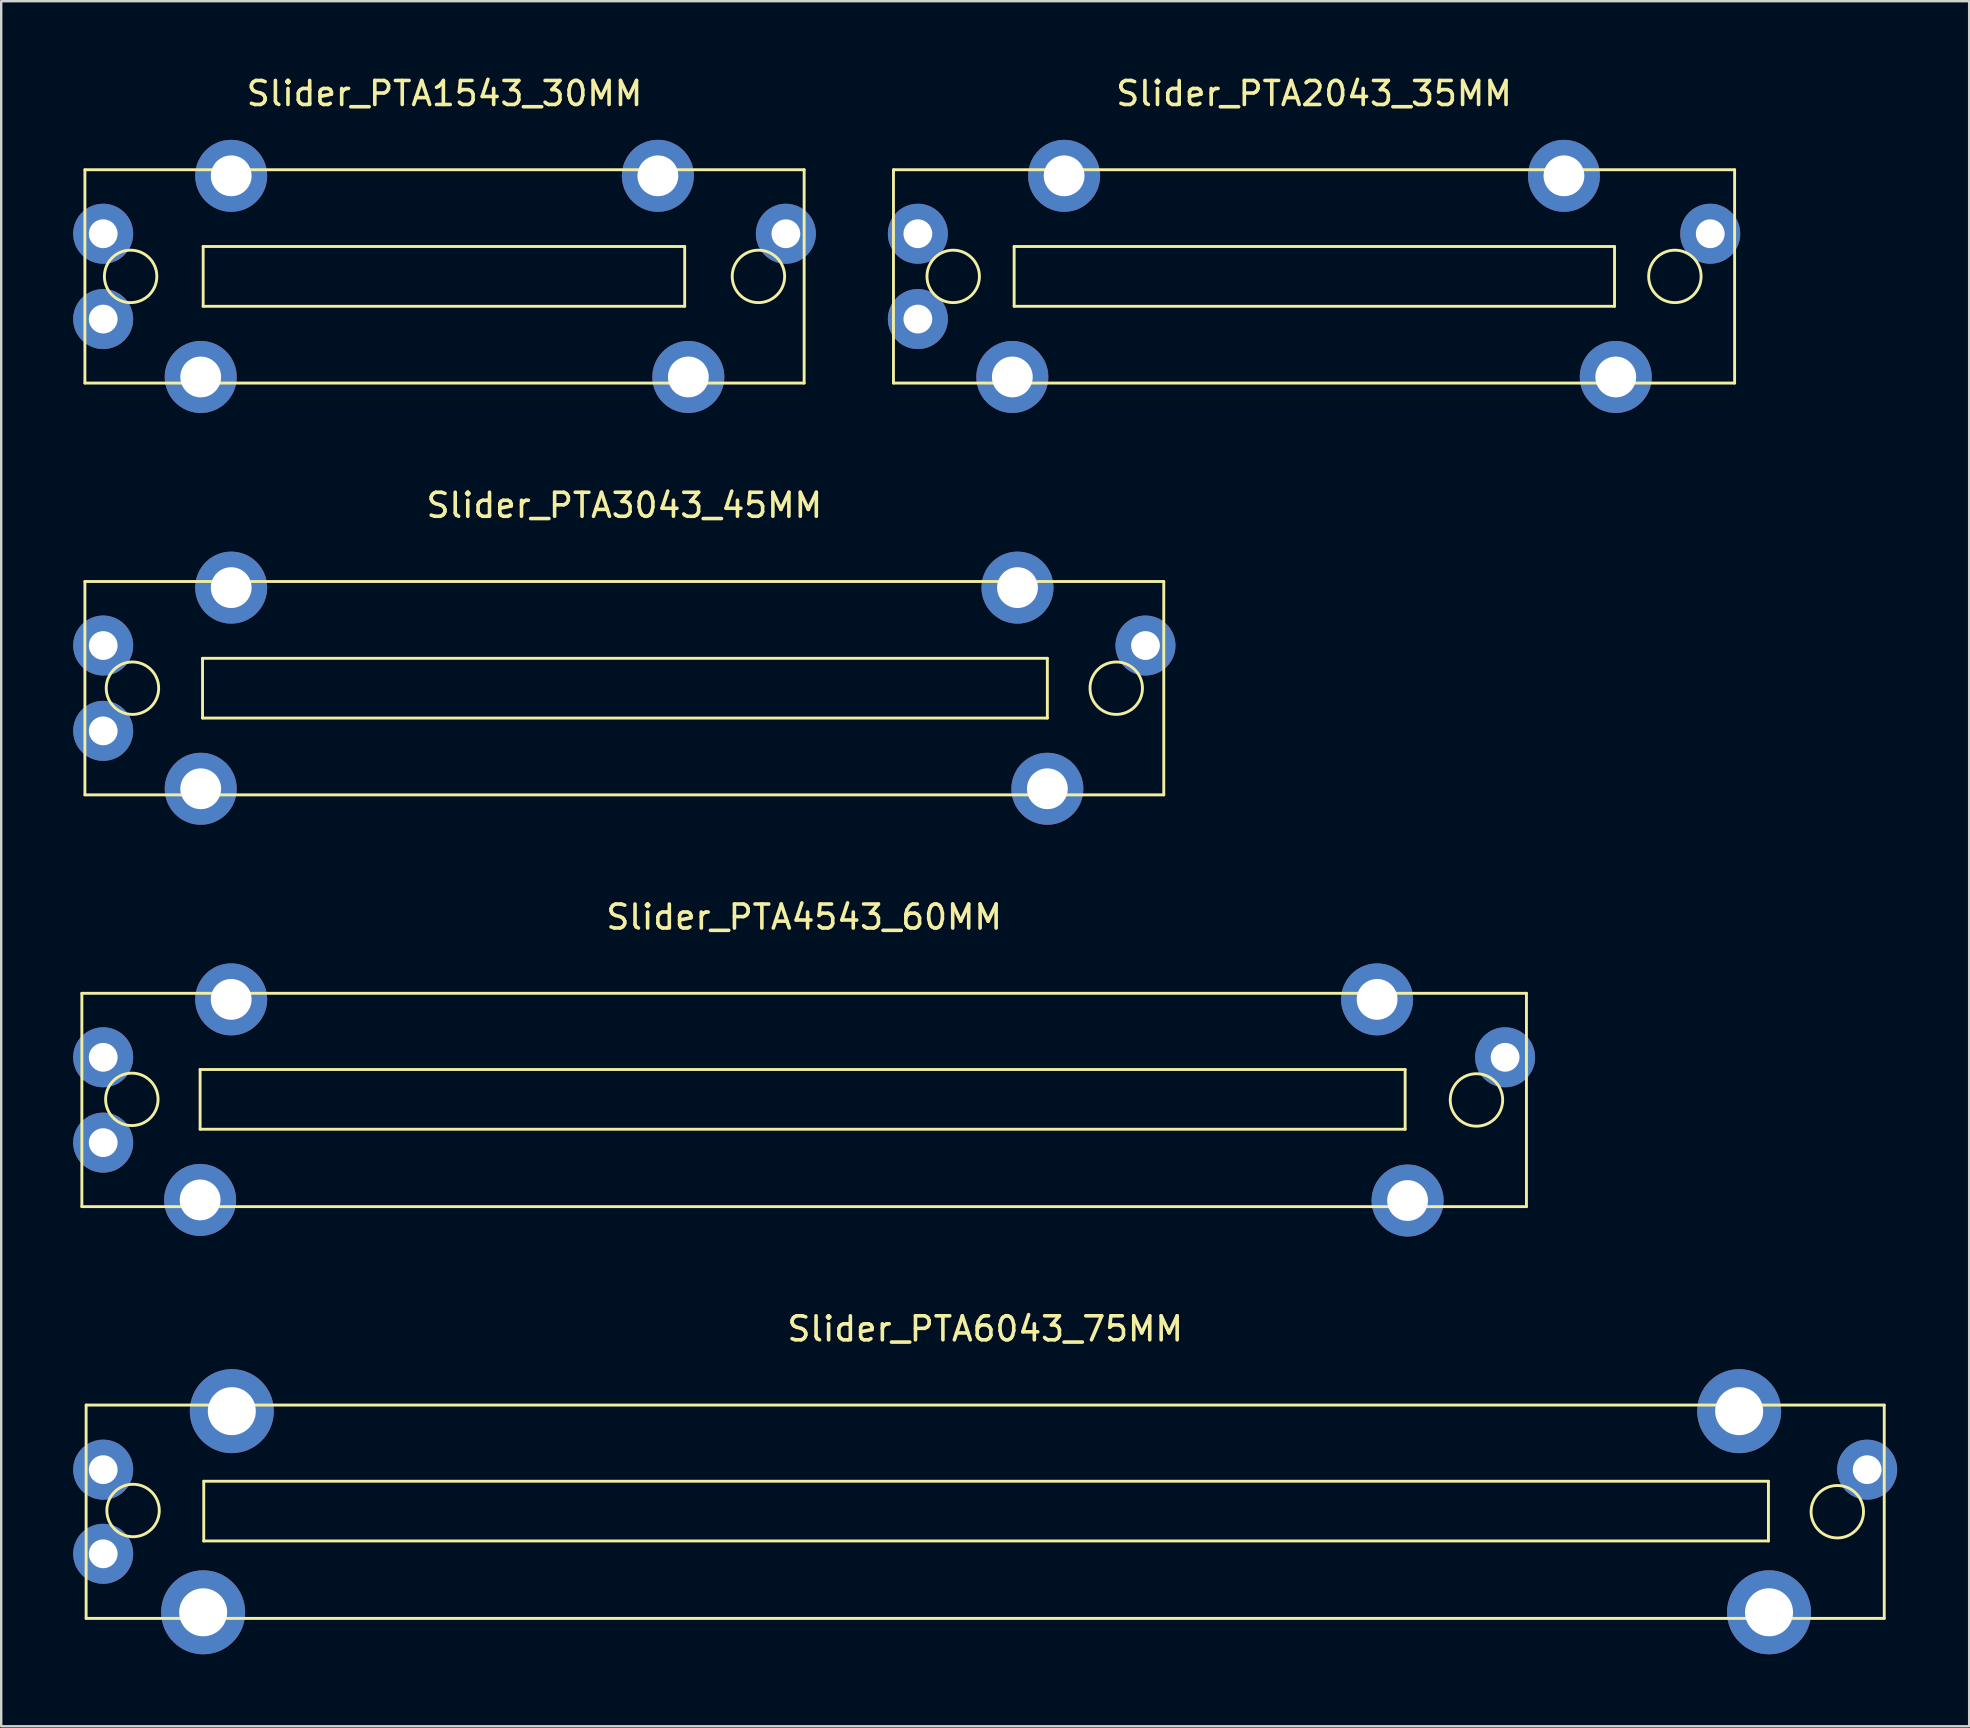
<source format=kicad_pcb>
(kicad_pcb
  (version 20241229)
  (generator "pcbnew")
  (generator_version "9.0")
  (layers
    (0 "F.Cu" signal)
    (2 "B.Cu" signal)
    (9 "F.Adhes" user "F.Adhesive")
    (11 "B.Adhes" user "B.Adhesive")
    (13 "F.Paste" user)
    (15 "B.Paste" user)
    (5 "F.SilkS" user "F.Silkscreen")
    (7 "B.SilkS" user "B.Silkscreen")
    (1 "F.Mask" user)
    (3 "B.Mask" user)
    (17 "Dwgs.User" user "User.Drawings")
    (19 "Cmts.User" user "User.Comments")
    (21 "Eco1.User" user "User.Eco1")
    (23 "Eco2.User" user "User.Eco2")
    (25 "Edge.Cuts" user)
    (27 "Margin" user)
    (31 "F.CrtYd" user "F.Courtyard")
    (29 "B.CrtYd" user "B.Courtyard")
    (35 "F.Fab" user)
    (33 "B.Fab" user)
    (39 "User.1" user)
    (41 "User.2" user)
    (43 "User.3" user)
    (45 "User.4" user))
  (footprint "Slider_PTA1543_30MM"
    (layer "F.Cu")
    (at 15.474 8.468)
    (property "Reference" "Slider_PTA1543_30MM" (at 0 -7.62 0) (layer "F.SilkS") (effects (font (size 1 1) (thickness 0.15))))
    (attr through_hole)
    (fp_line (start -14.986 -4.445) (end -14.986 4.445) (stroke (width 0.12) (type solid)) (layer "F.SilkS"))
    (fp_line (start -14.986 4.445) (end 14.986 4.445) (stroke (width 0.12) (type solid)) (layer "F.SilkS"))
    (fp_line (start -10.058 -1.245) (end 10.008 -1.245) (stroke (width 0.12) (type solid)) (layer "F.SilkS"))
    (fp_line (start -10.058 1.245) (end -10.058 -1.245) (stroke (width 0.12) (type solid)) (layer "F.SilkS"))
    (fp_line (start 10.008 -1.245) (end 10.008 1.245) (stroke (width 0.12) (type solid)) (layer "F.SilkS"))
    (fp_line (start 10.008 1.245) (end -10.058 1.245) (stroke (width 0.12) (type solid)) (layer "F.SilkS"))
    (fp_line (start 14.986 -4.445) (end -14.986 -4.445) (stroke (width 0.12) (type solid)) (layer "F.SilkS"))
    (fp_line (start 14.986 4.445) (end 14.986 -4.445) (stroke (width 0.12) (type solid)) (layer "F.SilkS"))
    (fp_circle (center -13.081 0) (end -12.446 0.889) (stroke (width 0.12) (type solid)) (fill no) (layer "F.SilkS"))
    (fp_circle (center 13.081 0) (end 13.716 0.889) (stroke (width 0.12) (type solid)) (fill no) (layer "F.SilkS"))
    (pad "" thru_hole circle (at -10.16 4.191) (size 3 3) (drill 1.7) (layers "*.Cu" "*.Mask"))
    (pad "" thru_hole circle (at -8.89 -4.191) (size 3 3) (drill 1.7) (layers "*.Cu" "*.Mask"))
    (pad "" thru_hole circle (at 8.89 -4.191) (size 3 3) (drill 1.7) (layers "*.Cu" "*.Mask"))
    (pad "" thru_hole circle (at 10.16 4.191) (size 3 3) (drill 1.7) (layers "*.Cu" "*.Mask"))
    (pad "1" thru_hole circle (at -14.224 -1.778) (size 2.5 2.5) (drill 1.2) (layers "*.Cu" "*.Mask"))
    (pad "2" thru_hole circle (at -14.224 1.778) (size 2.5 2.5) (drill 1.2) (layers "*.Cu" "*.Mask"))
    (pad "3" thru_hole circle (at 14.224 -1.778) (size 2.5 2.5) (drill 1.2) (layers "*.Cu" "*.Mask")))
  (footprint "Slider_PTA4543_60MM"
    (layer "F.Cu")
    (at 30.46 42.787)
    (property "Reference" "Slider_PTA4543_60MM" (at 0 -7.62 0) (layer "F.SilkS") (effects (font (size 1 1) (thickness 0.15))))
    (attr through_hole)
    (fp_line (start -30.099 -4.445) (end -30.099 4.445) (stroke (width 0.12) (type solid)) (layer "F.SilkS"))
    (fp_line (start -30.099 4.445) (end 30.099 4.445) (stroke (width 0.12) (type solid)) (layer "F.SilkS"))
    (fp_line (start -25.171 -1.27) (end 25.044 -1.27) (stroke (width 0.12) (type solid)) (layer "F.SilkS"))
    (fp_line (start -25.171 1.219) (end -25.171 -1.27) (stroke (width 0.12) (type solid)) (layer "F.SilkS"))
    (fp_line (start 25.044 -1.27) (end 25.044 1.219) (stroke (width 0.12) (type solid)) (layer "F.SilkS"))
    (fp_line (start 25.044 1.219) (end -25.171 1.219) (stroke (width 0.12) (type solid)) (layer "F.SilkS"))
    (fp_line (start 30.099 -4.445) (end -30.099 -4.445) (stroke (width 0.12) (type solid)) (layer "F.SilkS"))
    (fp_line (start 30.099 4.445) (end 30.099 -4.445) (stroke (width 0.12) (type solid)) (layer "F.SilkS"))
    (fp_circle (center -28.016 -0.025) (end -27.381 0.864) (stroke (width 0.12) (type solid)) (fill no) (layer "F.SilkS"))
    (fp_circle (center 28.016 0) (end 28.651 0.889) (stroke (width 0.12) (type solid)) (fill no) (layer "F.SilkS"))
    (pad "" thru_hole circle (at -25.171 4.166) (size 3 3) (drill 1.7) (layers "*.Cu" "*.Mask"))
    (pad "" thru_hole circle (at -23.876 -4.191) (size 3 3) (drill 1.7) (layers "*.Cu" "*.Mask"))
    (pad "" thru_hole circle (at 23.876 -4.191) (size 3 3) (drill 1.7) (layers "*.Cu" "*.Mask"))
    (pad "" thru_hole circle (at 25.146 4.191) (size 3 3) (drill 1.7) (layers "*.Cu" "*.Mask"))
    (pad "1" thru_hole circle (at -29.21 -1.778) (size 2.5 2.5) (drill 1.2) (layers "*.Cu" "*.Mask"))
    (pad "2" thru_hole circle (at -29.21 1.778) (size 2.5 2.5) (drill 1.2) (layers "*.Cu" "*.Mask"))
    (pad "3" thru_hole circle (at 29.21 -1.778) (size 2.5 2.5) (drill 1.2) (layers "*.Cu" "*.Mask")))
  (footprint "Slider_PTA2043_35MM"
    (layer "F.Cu")
    (at 51.708 8.468)
    (property "Reference" "Slider_PTA2043_35MM" (at 0 -7.62 0) (layer "F.SilkS") (effects (font (size 1 1) (thickness 0.15))))
    (attr through_hole)
    (fp_line (start -17.526 -4.445) (end -17.526 4.445) (stroke (width 0.12) (type solid)) (layer "F.SilkS"))
    (fp_line (start -17.526 4.445) (end 17.526 4.445) (stroke (width 0.12) (type solid)) (layer "F.SilkS"))
    (fp_line (start -12.497 -1.245) (end 12.522 -1.245) (stroke (width 0.12) (type solid)) (layer "F.SilkS"))
    (fp_line (start -12.497 1.245) (end -12.497 -1.245) (stroke (width 0.12) (type solid)) (layer "F.SilkS"))
    (fp_line (start 12.522 -1.245) (end 12.522 1.245) (stroke (width 0.12) (type solid)) (layer "F.SilkS"))
    (fp_line (start 12.522 1.245) (end -12.497 1.245) (stroke (width 0.12) (type solid)) (layer "F.SilkS"))
    (fp_line (start 17.526 -4.445) (end -17.526 -4.445) (stroke (width 0.12) (type solid)) (layer "F.SilkS"))
    (fp_line (start 17.526 4.445) (end 17.526 -4.445) (stroke (width 0.12) (type solid)) (layer "F.SilkS"))
    (fp_circle (center -15.037 0) (end -14.402 0.889) (stroke (width 0.12) (type solid)) (fill no) (layer "F.SilkS"))
    (fp_circle (center 15.037 0) (end 15.672 0.889) (stroke (width 0.12) (type solid)) (fill no) (layer "F.SilkS"))
    (pad "" thru_hole circle (at -12.573 4.191) (size 3 3) (drill 1.7) (layers "*.Cu" "*.Mask"))
    (pad "" thru_hole circle (at -10.414 -4.191) (size 3 3) (drill 1.7) (layers "*.Cu" "*.Mask"))
    (pad "" thru_hole circle (at 10.414 -4.191) (size 3 3) (drill 1.7) (layers "*.Cu" "*.Mask"))
    (pad "" thru_hole circle (at 12.573 4.191) (size 3 3) (drill 1.7) (layers "*.Cu" "*.Mask"))
    (pad "1" thru_hole circle (at -16.51 -1.778) (size 2.5 2.5) (drill 1.2) (layers "*.Cu" "*.Mask"))
    (pad "2" thru_hole circle (at -16.51 1.778) (size 2.5 2.5) (drill 1.2) (layers "*.Cu" "*.Mask"))
    (pad "3" thru_hole circle (at 16.51 -1.778) (size 2.5 2.5) (drill 1.2) (layers "*.Cu" "*.Mask")))
  (footprint "Slider_PTA6043_75MM"
    (layer "F.Cu")
    (at 38.004 59.946)
    (property "Reference" "Slider_PTA6043_75MM" (at 0 -7.62 0) (layer "F.SilkS") (effects (font (size 1 1) (thickness 0.15))))
    (attr through_hole)
    (fp_line (start -37.465 -4.445) (end -37.465 4.445) (stroke (width 0.12) (type solid)) (layer "F.SilkS"))
    (fp_line (start -37.465 4.445) (end 37.465 4.445) (stroke (width 0.12) (type solid)) (layer "F.SilkS"))
    (fp_line (start -32.563 -1.27) (end 32.639 -1.27) (stroke (width 0.12) (type solid)) (layer "F.SilkS"))
    (fp_line (start -32.563 1.219) (end -32.563 -1.27) (stroke (width 0.12) (type solid)) (layer "F.SilkS"))
    (fp_line (start 32.639 -1.27) (end 32.639 1.219) (stroke (width 0.12) (type solid)) (layer "F.SilkS"))
    (fp_line (start 32.639 1.219) (end -32.563 1.219) (stroke (width 0.12) (type solid)) (layer "F.SilkS"))
    (fp_line (start 37.465 -4.445) (end -37.465 -4.445) (stroke (width 0.12) (type solid)) (layer "F.SilkS"))
    (fp_line (start 37.465 4.445) (end 37.465 -4.445) (stroke (width 0.12) (type solid)) (layer "F.SilkS"))
    (fp_circle (center -35.509 -0.051) (end -34.874 0.838) (stroke (width 0.12) (type solid)) (fill no) (layer "F.SilkS"))
    (fp_circle (center 35.509 0) (end 36.144 0.889) (stroke (width 0.12) (type solid)) (fill no) (layer "F.SilkS"))
    (pad "" thru_hole circle (at -32.588 4.191) (size 3.5 3.5) (drill 2) (layers "*.Cu" "*.Mask"))
    (pad "" thru_hole circle (at -31.394 -4.191) (size 3.5 3.5) (drill 2) (layers "*.Cu" "*.Mask"))
    (pad "" thru_hole circle (at 31.42 -4.191) (size 3.5 3.5) (drill 2) (layers "*.Cu" "*.Mask"))
    (pad "" thru_hole circle (at 32.664 4.191) (size 3.5 3.5) (drill 2) (layers "*.Cu" "*.Mask"))
    (pad "1" thru_hole circle (at -36.754 -1.753) (size 2.5 2.5) (drill 1.2) (layers "*.Cu" "*.Mask"))
    (pad "2" thru_hole circle (at -36.754 1.753) (size 2.5 2.5) (drill 1.2) (layers "*.Cu" "*.Mask"))
    (pad "3" thru_hole circle (at 36.754 -1.753) (size 2.5 2.5) (drill 1.2) (layers "*.Cu" "*.Mask")))
  (footprint "Slider_PTA3043_45MM"
    (layer "F.Cu")
    (at 22.967 25.628)
    (property "Reference" "Slider_PTA3043_45MM" (at 0 -7.62 0) (layer "F.SilkS") (effects (font (size 1 1) (thickness 0.15))))
    (attr through_hole)
    (fp_line (start -22.479 -4.445) (end -22.479 4.445) (stroke (width 0.12) (type solid)) (layer "F.SilkS"))
    (fp_line (start -22.479 4.445) (end 22.479 4.445) (stroke (width 0.12) (type solid)) (layer "F.SilkS"))
    (fp_line (start -17.577 -1.245) (end 17.628 -1.245) (stroke (width 0.12) (type solid)) (layer "F.SilkS"))
    (fp_line (start -17.577 1.245) (end -17.577 -1.245) (stroke (width 0.12) (type solid)) (layer "F.SilkS"))
    (fp_line (start 17.628 -1.245) (end 17.628 1.245) (stroke (width 0.12) (type solid)) (layer "F.SilkS"))
    (fp_line (start 17.628 1.245) (end -17.577 1.245) (stroke (width 0.12) (type solid)) (layer "F.SilkS"))
    (fp_line (start 22.479 -4.445) (end -22.479 -4.445) (stroke (width 0.12) (type solid)) (layer "F.SilkS"))
    (fp_line (start 22.479 4.445) (end 22.479 -4.445) (stroke (width 0.12) (type solid)) (layer "F.SilkS"))
    (fp_circle (center -20.498 0) (end -19.863 0.889) (stroke (width 0.12) (type solid)) (fill no) (layer "F.SilkS"))
    (fp_circle (center 20.498 0) (end 21.133 0.889) (stroke (width 0.12) (type solid)) (fill no) (layer "F.SilkS"))
    (pad "" thru_hole circle (at -17.653 4.191) (size 3 3) (drill 1.7) (layers "*.Cu" "*.Mask"))
    (pad "" thru_hole circle (at -16.383 -4.191) (size 3 3) (drill 1.7) (layers "*.Cu" "*.Mask"))
    (pad "" thru_hole circle (at 16.383 -4.191) (size 3 3) (drill 1.7) (layers "*.Cu" "*.Mask"))
    (pad "" thru_hole circle (at 17.628 4.191) (size 3 3) (drill 1.7) (layers "*.Cu" "*.Mask"))
    (pad "1" thru_hole circle (at -21.717 -1.778) (size 2.5 2.5) (drill 1.2) (layers "*.Cu" "*.Mask"))
    (pad "2" thru_hole circle (at -21.717 1.778) (size 2.5 2.5) (drill 1.2) (layers "*.Cu" "*.Mask"))
    (pad "3" thru_hole circle (at 21.717 -1.778) (size 2.5 2.5) (drill 1.2) (layers "*.Cu" "*.Mask")))
  (gr_rect
    (start -3 -3)
    (end 79.008 68.887)
    (stroke (width 0.1) (type default))
    (fill no)
    (layer "Edge.Cuts")))
</source>
